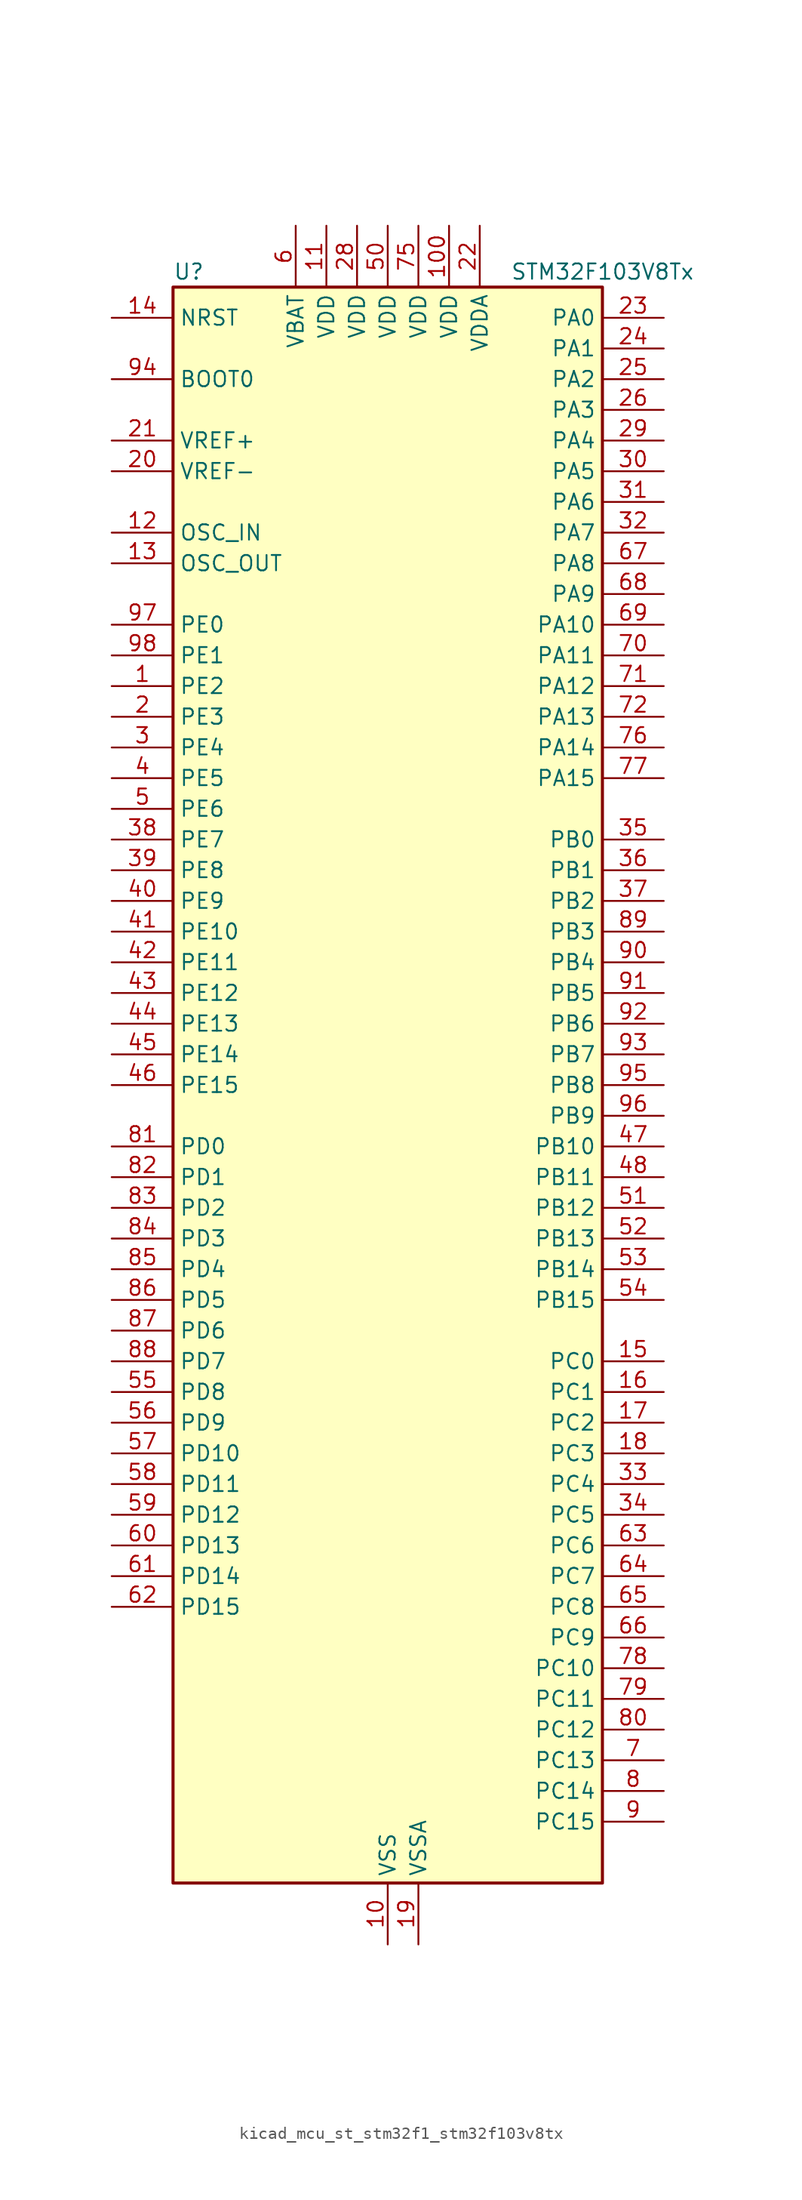
<source format=kicad_sym>
(kicad_symbol_lib
  (version 20220914)
  (generator kicad_symbol_editor)
  (symbol "kicad_mcu_st_stm32f1_stm32f103v8tx"
    (property "Reference" "U"
      (at -17.78 67.31 0)
      (effects (font (size 1.27 1.27)) (justify left)))
    (property "Value" "STM32F103V8Tx"
      (at 10.16 67.31 0)
      (effects (font (size 1.27 1.27)) (justify left)))
    (property "ki_locked" ""
      (at 0 0 0)
      (effects (font (size 1.27 1.27))))
    (symbol "kicad_mcu_st_stm32f1_stm32f103v8tx_0_1"
      (rectangle (start -17.78 -66.04) (end 17.78 66.04) (stroke (width 0.254) (type default)) (fill (type background))))
    (symbol "kicad_mcu_st_stm32f1_stm32f103v8tx_1_1"
      (pin bidirectional line (at -22.86 33.02 0) (length 5.08) (name "PE2" (effects (font (size 1.27 1.27)))) (number "1" (effects (font (size 1.27 1.27)))) (alternate "SYS_TRACECLK" bidirectional line))
      (pin power_in line (at 0 -71.12 90) (length 5.08) (name "VSS" (effects (font (size 1.27 1.27)))) (number "10" (effects (font (size 1.27 1.27)))))
      (pin power_in line (at 5.08 71.12 270) (length 5.08) (name "VDD" (effects (font (size 1.27 1.27)))) (number "100" (effects (font (size 1.27 1.27)))))
      (pin power_in line (at -5.08 71.12 270) (length 5.08) (name "VDD" (effects (font (size 1.27 1.27)))) (number "11" (effects (font (size 1.27 1.27)))))
      (pin input line (at -22.86 45.72 0) (length 5.08) (name "OSC_IN" (effects (font (size 1.27 1.27)))) (number "12" (effects (font (size 1.27 1.27)))) (alternate "RCC_OSC_IN" bidirectional line))
      (pin input line (at -22.86 43.18 0) (length 5.08) (name "OSC_OUT" (effects (font (size 1.27 1.27)))) (number "13" (effects (font (size 1.27 1.27)))) (alternate "RCC_OSC_OUT" bidirectional line))
      (pin input line (at -22.86 63.5 0) (length 5.08) (name "NRST" (effects (font (size 1.27 1.27)))) (number "14" (effects (font (size 1.27 1.27)))))
      (pin bidirectional line (at 22.86 -22.86 180) (length 5.08) (name "PC0" (effects (font (size 1.27 1.27)))) (number "15" (effects (font (size 1.27 1.27)))) (alternate "ADC1_IN10" bidirectional line) (alternate "ADC2_IN10" bidirectional line))
      (pin bidirectional line (at 22.86 -25.4 180) (length 5.08) (name "PC1" (effects (font (size 1.27 1.27)))) (number "16" (effects (font (size 1.27 1.27)))) (alternate "ADC1_IN11" bidirectional line) (alternate "ADC2_IN11" bidirectional line))
      (pin bidirectional line (at 22.86 -27.94 180) (length 5.08) (name "PC2" (effects (font (size 1.27 1.27)))) (number "17" (effects (font (size 1.27 1.27)))) (alternate "ADC1_IN12" bidirectional line) (alternate "ADC2_IN12" bidirectional line))
      (pin bidirectional line (at 22.86 -30.48 180) (length 5.08) (name "PC3" (effects (font (size 1.27 1.27)))) (number "18" (effects (font (size 1.27 1.27)))) (alternate "ADC1_IN13" bidirectional line) (alternate "ADC2_IN13" bidirectional line))
      (pin power_in line (at 2.54 -71.12 90) (length 5.08) (name "VSSA" (effects (font (size 1.27 1.27)))) (number "19" (effects (font (size 1.27 1.27)))))
      (pin bidirectional line (at -22.86 30.48 0) (length 5.08) (name "PE3" (effects (font (size 1.27 1.27)))) (number "2" (effects (font (size 1.27 1.27)))) (alternate "SYS_TRACED0" bidirectional line))
      (pin input line (at -22.86 50.8 0) (length 5.08) (name "VREF-" (effects (font (size 1.27 1.27)))) (number "20" (effects (font (size 1.27 1.27)))))
      (pin input line (at -22.86 53.34 0) (length 5.08) (name "VREF+" (effects (font (size 1.27 1.27)))) (number "21" (effects (font (size 1.27 1.27)))))
      (pin power_in line (at 7.62 71.12 270) (length 5.08) (name "VDDA" (effects (font (size 1.27 1.27)))) (number "22" (effects (font (size 1.27 1.27)))))
      (pin bidirectional line (at 22.86 63.5 180) (length 5.08) (name "PA0" (effects (font (size 1.27 1.27)))) (number "23" (effects (font (size 1.27 1.27)))) (alternate "ADC1_IN0" bidirectional line) (alternate "ADC2_IN0" bidirectional line) (alternate "SYS_WKUP" bidirectional line) (alternate "TIM2_CH1" bidirectional line) (alternate "TIM2_ETR" bidirectional line) (alternate "USART2_CTS" bidirectional line))
      (pin bidirectional line (at 22.86 60.96 180) (length 5.08) (name "PA1" (effects (font (size 1.27 1.27)))) (number "24" (effects (font (size 1.27 1.27)))) (alternate "ADC1_IN1" bidirectional line) (alternate "ADC2_IN1" bidirectional line) (alternate "TIM2_CH2" bidirectional line) (alternate "USART2_RTS" bidirectional line))
      (pin bidirectional line (at 22.86 58.42 180) (length 5.08) (name "PA2" (effects (font (size 1.27 1.27)))) (number "25" (effects (font (size 1.27 1.27)))) (alternate "ADC1_IN2" bidirectional line) (alternate "ADC2_IN2" bidirectional line) (alternate "TIM2_CH3" bidirectional line) (alternate "USART2_TX" bidirectional line))
      (pin bidirectional line (at 22.86 55.88 180) (length 5.08) (name "PA3" (effects (font (size 1.27 1.27)))) (number "26" (effects (font (size 1.27 1.27)))) (alternate "ADC1_IN3" bidirectional line) (alternate "ADC2_IN3" bidirectional line) (alternate "TIM2_CH4" bidirectional line) (alternate "USART2_RX" bidirectional line))
      (pin passive line (at 0 -71.12 90) (length 5.08) hide (name "VSS" (effects (font (size 1.27 1.27)))) (number "27" (effects (font (size 1.27 1.27)))))
      (pin power_in line (at -2.54 71.12 270) (length 5.08) (name "VDD" (effects (font (size 1.27 1.27)))) (number "28" (effects (font (size 1.27 1.27)))))
      (pin bidirectional line (at 22.86 53.34 180) (length 5.08) (name "PA4" (effects (font (size 1.27 1.27)))) (number "29" (effects (font (size 1.27 1.27)))) (alternate "ADC1_IN4" bidirectional line) (alternate "ADC2_IN4" bidirectional line) (alternate "SPI1_NSS" bidirectional line) (alternate "USART2_CK" bidirectional line))
      (pin bidirectional line (at -22.86 27.94 0) (length 5.08) (name "PE4" (effects (font (size 1.27 1.27)))) (number "3" (effects (font (size 1.27 1.27)))) (alternate "SYS_TRACED1" bidirectional line))
      (pin bidirectional line (at 22.86 50.8 180) (length 5.08) (name "PA5" (effects (font (size 1.27 1.27)))) (number "30" (effects (font (size 1.27 1.27)))) (alternate "ADC1_IN5" bidirectional line) (alternate "ADC2_IN5" bidirectional line) (alternate "SPI1_SCK" bidirectional line))
      (pin bidirectional line (at 22.86 48.26 180) (length 5.08) (name "PA6" (effects (font (size 1.27 1.27)))) (number "31" (effects (font (size 1.27 1.27)))) (alternate "ADC1_IN6" bidirectional line) (alternate "ADC2_IN6" bidirectional line) (alternate "SPI1_MISO" bidirectional line) (alternate "TIM1_BKIN" bidirectional line) (alternate "TIM3_CH1" bidirectional line))
      (pin bidirectional line (at 22.86 45.72 180) (length 5.08) (name "PA7" (effects (font (size 1.27 1.27)))) (number "32" (effects (font (size 1.27 1.27)))) (alternate "ADC1_IN7" bidirectional line) (alternate "ADC2_IN7" bidirectional line) (alternate "SPI1_MOSI" bidirectional line) (alternate "TIM1_CH1N" bidirectional line) (alternate "TIM3_CH2" bidirectional line))
      (pin bidirectional line (at 22.86 -33.02 180) (length 5.08) (name "PC4" (effects (font (size 1.27 1.27)))) (number "33" (effects (font (size 1.27 1.27)))) (alternate "ADC1_IN14" bidirectional line) (alternate "ADC2_IN14" bidirectional line))
      (pin bidirectional line (at 22.86 -35.56 180) (length 5.08) (name "PC5" (effects (font (size 1.27 1.27)))) (number "34" (effects (font (size 1.27 1.27)))) (alternate "ADC1_IN15" bidirectional line) (alternate "ADC2_IN15" bidirectional line))
      (pin bidirectional line (at 22.86 20.32 180) (length 5.08) (name "PB0" (effects (font (size 1.27 1.27)))) (number "35" (effects (font (size 1.27 1.27)))) (alternate "ADC1_IN8" bidirectional line) (alternate "ADC2_IN8" bidirectional line) (alternate "TIM1_CH2N" bidirectional line) (alternate "TIM3_CH3" bidirectional line))
      (pin bidirectional line (at 22.86 17.78 180) (length 5.08) (name "PB1" (effects (font (size 1.27 1.27)))) (number "36" (effects (font (size 1.27 1.27)))) (alternate "ADC1_IN9" bidirectional line) (alternate "ADC2_IN9" bidirectional line) (alternate "TIM1_CH3N" bidirectional line) (alternate "TIM3_CH4" bidirectional line))
      (pin bidirectional line (at 22.86 15.24 180) (length 5.08) (name "PB2" (effects (font (size 1.27 1.27)))) (number "37" (effects (font (size 1.27 1.27)))))
      (pin bidirectional line (at -22.86 20.32 0) (length 5.08) (name "PE7" (effects (font (size 1.27 1.27)))) (number "38" (effects (font (size 1.27 1.27)))) (alternate "TIM1_ETR" bidirectional line))
      (pin bidirectional line (at -22.86 17.78 0) (length 5.08) (name "PE8" (effects (font (size 1.27 1.27)))) (number "39" (effects (font (size 1.27 1.27)))) (alternate "TIM1_CH1N" bidirectional line))
      (pin bidirectional line (at -22.86 25.4 0) (length 5.08) (name "PE5" (effects (font (size 1.27 1.27)))) (number "4" (effects (font (size 1.27 1.27)))) (alternate "SYS_TRACED2" bidirectional line))
      (pin bidirectional line (at -22.86 15.24 0) (length 5.08) (name "PE9" (effects (font (size 1.27 1.27)))) (number "40" (effects (font (size 1.27 1.27)))) (alternate "TIM1_CH1" bidirectional line))
      (pin bidirectional line (at -22.86 12.7 0) (length 5.08) (name "PE10" (effects (font (size 1.27 1.27)))) (number "41" (effects (font (size 1.27 1.27)))) (alternate "TIM1_CH2N" bidirectional line))
      (pin bidirectional line (at -22.86 10.16 0) (length 5.08) (name "PE11" (effects (font (size 1.27 1.27)))) (number "42" (effects (font (size 1.27 1.27)))) (alternate "ADC1_EXTI11" bidirectional line) (alternate "ADC2_EXTI11" bidirectional line) (alternate "TIM1_CH2" bidirectional line))
      (pin bidirectional line (at -22.86 7.62 0) (length 5.08) (name "PE12" (effects (font (size 1.27 1.27)))) (number "43" (effects (font (size 1.27 1.27)))) (alternate "TIM1_CH3N" bidirectional line))
      (pin bidirectional line (at -22.86 5.08 0) (length 5.08) (name "PE13" (effects (font (size 1.27 1.27)))) (number "44" (effects (font (size 1.27 1.27)))) (alternate "TIM1_CH3" bidirectional line))
      (pin bidirectional line (at -22.86 2.54 0) (length 5.08) (name "PE14" (effects (font (size 1.27 1.27)))) (number "45" (effects (font (size 1.27 1.27)))) (alternate "TIM1_CH4" bidirectional line))
      (pin bidirectional line (at -22.86 0 0) (length 5.08) (name "PE15" (effects (font (size 1.27 1.27)))) (number "46" (effects (font (size 1.27 1.27)))) (alternate "ADC1_EXTI15" bidirectional line) (alternate "ADC2_EXTI15" bidirectional line) (alternate "TIM1_BKIN" bidirectional line))
      (pin bidirectional line (at 22.86 -5.08 180) (length 5.08) (name "PB10" (effects (font (size 1.27 1.27)))) (number "47" (effects (font (size 1.27 1.27)))) (alternate "I2C2_SCL" bidirectional line) (alternate "TIM2_CH3" bidirectional line) (alternate "USART3_TX" bidirectional line))
      (pin bidirectional line (at 22.86 -7.62 180) (length 5.08) (name "PB11" (effects (font (size 1.27 1.27)))) (number "48" (effects (font (size 1.27 1.27)))) (alternate "ADC1_EXTI11" bidirectional line) (alternate "ADC2_EXTI11" bidirectional line) (alternate "I2C2_SDA" bidirectional line) (alternate "TIM2_CH4" bidirectional line) (alternate "USART3_RX" bidirectional line))
      (pin passive line (at 0 -71.12 90) (length 5.08) hide (name "VSS" (effects (font (size 1.27 1.27)))) (number "49" (effects (font (size 1.27 1.27)))))
      (pin bidirectional line (at -22.86 22.86 0) (length 5.08) (name "PE6" (effects (font (size 1.27 1.27)))) (number "5" (effects (font (size 1.27 1.27)))) (alternate "SYS_TRACED3" bidirectional line))
      (pin power_in line (at 0 71.12 270) (length 5.08) (name "VDD" (effects (font (size 1.27 1.27)))) (number "50" (effects (font (size 1.27 1.27)))))
      (pin bidirectional line (at 22.86 -10.16 180) (length 5.08) (name "PB12" (effects (font (size 1.27 1.27)))) (number "51" (effects (font (size 1.27 1.27)))) (alternate "I2C2_SMBA" bidirectional line) (alternate "SPI2_NSS" bidirectional line) (alternate "TIM1_BKIN" bidirectional line) (alternate "USART3_CK" bidirectional line))
      (pin bidirectional line (at 22.86 -12.7 180) (length 5.08) (name "PB13" (effects (font (size 1.27 1.27)))) (number "52" (effects (font (size 1.27 1.27)))) (alternate "SPI2_SCK" bidirectional line) (alternate "TIM1_CH1N" bidirectional line) (alternate "USART3_CTS" bidirectional line))
      (pin bidirectional line (at 22.86 -15.24 180) (length 5.08) (name "PB14" (effects (font (size 1.27 1.27)))) (number "53" (effects (font (size 1.27 1.27)))) (alternate "SPI2_MISO" bidirectional line) (alternate "TIM1_CH2N" bidirectional line) (alternate "USART3_RTS" bidirectional line))
      (pin bidirectional line (at 22.86 -17.78 180) (length 5.08) (name "PB15" (effects (font (size 1.27 1.27)))) (number "54" (effects (font (size 1.27 1.27)))) (alternate "ADC1_EXTI15" bidirectional line) (alternate "ADC2_EXTI15" bidirectional line) (alternate "SPI2_MOSI" bidirectional line) (alternate "TIM1_CH3N" bidirectional line))
      (pin bidirectional line (at -22.86 -25.4 0) (length 5.08) (name "PD8" (effects (font (size 1.27 1.27)))) (number "55" (effects (font (size 1.27 1.27)))) (alternate "USART3_TX" bidirectional line))
      (pin bidirectional line (at -22.86 -27.94 0) (length 5.08) (name "PD9" (effects (font (size 1.27 1.27)))) (number "56" (effects (font (size 1.27 1.27)))) (alternate "USART3_RX" bidirectional line))
      (pin bidirectional line (at -22.86 -30.48 0) (length 5.08) (name "PD10" (effects (font (size 1.27 1.27)))) (number "57" (effects (font (size 1.27 1.27)))) (alternate "USART3_CK" bidirectional line))
      (pin bidirectional line (at -22.86 -33.02 0) (length 5.08) (name "PD11" (effects (font (size 1.27 1.27)))) (number "58" (effects (font (size 1.27 1.27)))) (alternate "ADC1_EXTI11" bidirectional line) (alternate "ADC2_EXTI11" bidirectional line) (alternate "USART3_CTS" bidirectional line))
      (pin bidirectional line (at -22.86 -35.56 0) (length 5.08) (name "PD12" (effects (font (size 1.27 1.27)))) (number "59" (effects (font (size 1.27 1.27)))) (alternate "TIM4_CH1" bidirectional line) (alternate "USART3_RTS" bidirectional line))
      (pin power_in line (at -7.62 71.12 270) (length 5.08) (name "VBAT" (effects (font (size 1.27 1.27)))) (number "6" (effects (font (size 1.27 1.27)))))
      (pin bidirectional line (at -22.86 -38.1 0) (length 5.08) (name "PD13" (effects (font (size 1.27 1.27)))) (number "60" (effects (font (size 1.27 1.27)))) (alternate "TIM4_CH2" bidirectional line))
      (pin bidirectional line (at -22.86 -40.64 0) (length 5.08) (name "PD14" (effects (font (size 1.27 1.27)))) (number "61" (effects (font (size 1.27 1.27)))) (alternate "TIM4_CH3" bidirectional line))
      (pin bidirectional line (at -22.86 -43.18 0) (length 5.08) (name "PD15" (effects (font (size 1.27 1.27)))) (number "62" (effects (font (size 1.27 1.27)))) (alternate "ADC1_EXTI15" bidirectional line) (alternate "ADC2_EXTI15" bidirectional line) (alternate "TIM4_CH4" bidirectional line))
      (pin bidirectional line (at 22.86 -38.1 180) (length 5.08) (name "PC6" (effects (font (size 1.27 1.27)))) (number "63" (effects (font (size 1.27 1.27)))) (alternate "TIM3_CH1" bidirectional line))
      (pin bidirectional line (at 22.86 -40.64 180) (length 5.08) (name "PC7" (effects (font (size 1.27 1.27)))) (number "64" (effects (font (size 1.27 1.27)))) (alternate "TIM3_CH2" bidirectional line))
      (pin bidirectional line (at 22.86 -43.18 180) (length 5.08) (name "PC8" (effects (font (size 1.27 1.27)))) (number "65" (effects (font (size 1.27 1.27)))) (alternate "TIM3_CH3" bidirectional line))
      (pin bidirectional line (at 22.86 -45.72 180) (length 5.08) (name "PC9" (effects (font (size 1.27 1.27)))) (number "66" (effects (font (size 1.27 1.27)))) (alternate "TIM3_CH4" bidirectional line))
      (pin bidirectional line (at 22.86 43.18 180) (length 5.08) (name "PA8" (effects (font (size 1.27 1.27)))) (number "67" (effects (font (size 1.27 1.27)))) (alternate "RCC_MCO" bidirectional line) (alternate "TIM1_CH1" bidirectional line) (alternate "USART1_CK" bidirectional line))
      (pin bidirectional line (at 22.86 40.64 180) (length 5.08) (name "PA9" (effects (font (size 1.27 1.27)))) (number "68" (effects (font (size 1.27 1.27)))) (alternate "TIM1_CH2" bidirectional line) (alternate "USART1_TX" bidirectional line))
      (pin bidirectional line (at 22.86 38.1 180) (length 5.08) (name "PA10" (effects (font (size 1.27 1.27)))) (number "69" (effects (font (size 1.27 1.27)))) (alternate "TIM1_CH3" bidirectional line) (alternate "USART1_RX" bidirectional line))
      (pin bidirectional line (at 22.86 -55.88 180) (length 5.08) (name "PC13" (effects (font (size 1.27 1.27)))) (number "7" (effects (font (size 1.27 1.27)))) (alternate "RTC_OUT" bidirectional line) (alternate "RTC_TAMPER" bidirectional line))
      (pin bidirectional line (at 22.86 35.56 180) (length 5.08) (name "PA11" (effects (font (size 1.27 1.27)))) (number "70" (effects (font (size 1.27 1.27)))) (alternate "ADC1_EXTI11" bidirectional line) (alternate "ADC2_EXTI11" bidirectional line) (alternate "CAN_RX" bidirectional line) (alternate "TIM1_CH4" bidirectional line) (alternate "USART1_CTS" bidirectional line) (alternate "USB_DM" bidirectional line))
      (pin bidirectional line (at 22.86 33.02 180) (length 5.08) (name "PA12" (effects (font (size 1.27 1.27)))) (number "71" (effects (font (size 1.27 1.27)))) (alternate "CAN_TX" bidirectional line) (alternate "TIM1_ETR" bidirectional line) (alternate "USART1_RTS" bidirectional line) (alternate "USB_DP" bidirectional line))
      (pin bidirectional line (at 22.86 30.48 180) (length 5.08) (name "PA13" (effects (font (size 1.27 1.27)))) (number "72" (effects (font (size 1.27 1.27)))) (alternate "SYS_JTMS-SWDIO" bidirectional line))
      (pin no_connect line (at -17.78 -66.04 0) (length 5.08) hide (name "NC" (effects (font (size 1.27 1.27)))) (number "73" (effects (font (size 1.27 1.27)))))
      (pin passive line (at 0 -71.12 90) (length 5.08) hide (name "VSS" (effects (font (size 1.27 1.27)))) (number "74" (effects (font (size 1.27 1.27)))))
      (pin power_in line (at 2.54 71.12 270) (length 5.08) (name "VDD" (effects (font (size 1.27 1.27)))) (number "75" (effects (font (size 1.27 1.27)))))
      (pin bidirectional line (at 22.86 27.94 180) (length 5.08) (name "PA14" (effects (font (size 1.27 1.27)))) (number "76" (effects (font (size 1.27 1.27)))) (alternate "SYS_JTCK-SWCLK" bidirectional line))
      (pin bidirectional line (at 22.86 25.4 180) (length 5.08) (name "PA15" (effects (font (size 1.27 1.27)))) (number "77" (effects (font (size 1.27 1.27)))) (alternate "ADC1_EXTI15" bidirectional line) (alternate "ADC2_EXTI15" bidirectional line) (alternate "SPI1_NSS" bidirectional line) (alternate "SYS_JTDI" bidirectional line) (alternate "TIM2_CH1" bidirectional line) (alternate "TIM2_ETR" bidirectional line))
      (pin bidirectional line (at 22.86 -48.26 180) (length 5.08) (name "PC10" (effects (font (size 1.27 1.27)))) (number "78" (effects (font (size 1.27 1.27)))) (alternate "USART3_TX" bidirectional line))
      (pin bidirectional line (at 22.86 -50.8 180) (length 5.08) (name "PC11" (effects (font (size 1.27 1.27)))) (number "79" (effects (font (size 1.27 1.27)))) (alternate "ADC1_EXTI11" bidirectional line) (alternate "ADC2_EXTI11" bidirectional line) (alternate "USART3_RX" bidirectional line))
      (pin bidirectional line (at 22.86 -58.42 180) (length 5.08) (name "PC14" (effects (font (size 1.27 1.27)))) (number "8" (effects (font (size 1.27 1.27)))) (alternate "RCC_OSC32_IN" bidirectional line))
      (pin bidirectional line (at 22.86 -53.34 180) (length 5.08) (name "PC12" (effects (font (size 1.27 1.27)))) (number "80" (effects (font (size 1.27 1.27)))) (alternate "USART3_CK" bidirectional line))
      (pin bidirectional line (at -22.86 -5.08 0) (length 5.08) (name "PD0" (effects (font (size 1.27 1.27)))) (number "81" (effects (font (size 1.27 1.27)))) (alternate "CAN_RX" bidirectional line))
      (pin bidirectional line (at -22.86 -7.62 0) (length 5.08) (name "PD1" (effects (font (size 1.27 1.27)))) (number "82" (effects (font (size 1.27 1.27)))) (alternate "CAN_TX" bidirectional line))
      (pin bidirectional line (at -22.86 -10.16 0) (length 5.08) (name "PD2" (effects (font (size 1.27 1.27)))) (number "83" (effects (font (size 1.27 1.27)))) (alternate "TIM3_ETR" bidirectional line))
      (pin bidirectional line (at -22.86 -12.7 0) (length 5.08) (name "PD3" (effects (font (size 1.27 1.27)))) (number "84" (effects (font (size 1.27 1.27)))) (alternate "USART2_CTS" bidirectional line))
      (pin bidirectional line (at -22.86 -15.24 0) (length 5.08) (name "PD4" (effects (font (size 1.27 1.27)))) (number "85" (effects (font (size 1.27 1.27)))) (alternate "USART2_RTS" bidirectional line))
      (pin bidirectional line (at -22.86 -17.78 0) (length 5.08) (name "PD5" (effects (font (size 1.27 1.27)))) (number "86" (effects (font (size 1.27 1.27)))) (alternate "USART2_TX" bidirectional line))
      (pin bidirectional line (at -22.86 -20.32 0) (length 5.08) (name "PD6" (effects (font (size 1.27 1.27)))) (number "87" (effects (font (size 1.27 1.27)))) (alternate "USART2_RX" bidirectional line))
      (pin bidirectional line (at -22.86 -22.86 0) (length 5.08) (name "PD7" (effects (font (size 1.27 1.27)))) (number "88" (effects (font (size 1.27 1.27)))) (alternate "USART2_CK" bidirectional line))
      (pin bidirectional line (at 22.86 12.7 180) (length 5.08) (name "PB3" (effects (font (size 1.27 1.27)))) (number "89" (effects (font (size 1.27 1.27)))) (alternate "SPI1_SCK" bidirectional line) (alternate "SYS_JTDO-TRACESWO" bidirectional line) (alternate "TIM2_CH2" bidirectional line))
      (pin bidirectional line (at 22.86 -60.96 180) (length 5.08) (name "PC15" (effects (font (size 1.27 1.27)))) (number "9" (effects (font (size 1.27 1.27)))) (alternate "ADC1_EXTI15" bidirectional line) (alternate "ADC2_EXTI15" bidirectional line) (alternate "RCC_OSC32_OUT" bidirectional line))
      (pin bidirectional line (at 22.86 10.16 180) (length 5.08) (name "PB4" (effects (font (size 1.27 1.27)))) (number "90" (effects (font (size 1.27 1.27)))) (alternate "SPI1_MISO" bidirectional line) (alternate "SYS_NJTRST" bidirectional line) (alternate "TIM3_CH1" bidirectional line))
      (pin bidirectional line (at 22.86 7.62 180) (length 5.08) (name "PB5" (effects (font (size 1.27 1.27)))) (number "91" (effects (font (size 1.27 1.27)))) (alternate "I2C1_SMBA" bidirectional line) (alternate "SPI1_MOSI" bidirectional line) (alternate "TIM3_CH2" bidirectional line))
      (pin bidirectional line (at 22.86 5.08 180) (length 5.08) (name "PB6" (effects (font (size 1.27 1.27)))) (number "92" (effects (font (size 1.27 1.27)))) (alternate "I2C1_SCL" bidirectional line) (alternate "TIM4_CH1" bidirectional line) (alternate "USART1_TX" bidirectional line))
      (pin bidirectional line (at 22.86 2.54 180) (length 5.08) (name "PB7" (effects (font (size 1.27 1.27)))) (number "93" (effects (font (size 1.27 1.27)))) (alternate "I2C1_SDA" bidirectional line) (alternate "TIM4_CH2" bidirectional line) (alternate "USART1_RX" bidirectional line))
      (pin input line (at -22.86 58.42 0) (length 5.08) (name "BOOT0" (effects (font (size 1.27 1.27)))) (number "94" (effects (font (size 1.27 1.27)))))
      (pin bidirectional line (at 22.86 0 180) (length 5.08) (name "PB8" (effects (font (size 1.27 1.27)))) (number "95" (effects (font (size 1.27 1.27)))) (alternate "CAN_RX" bidirectional line) (alternate "I2C1_SCL" bidirectional line) (alternate "TIM4_CH3" bidirectional line))
      (pin bidirectional line (at 22.86 -2.54 180) (length 5.08) (name "PB9" (effects (font (size 1.27 1.27)))) (number "96" (effects (font (size 1.27 1.27)))) (alternate "CAN_TX" bidirectional line) (alternate "I2C1_SDA" bidirectional line) (alternate "TIM4_CH4" bidirectional line))
      (pin bidirectional line (at -22.86 38.1 0) (length 5.08) (name "PE0" (effects (font (size 1.27 1.27)))) (number "97" (effects (font (size 1.27 1.27)))) (alternate "TIM4_ETR" bidirectional line))
      (pin bidirectional line (at -22.86 35.56 0) (length 5.08) (name "PE1" (effects (font (size 1.27 1.27)))) (number "98" (effects (font (size 1.27 1.27)))))
      (pin passive line (at 0 -71.12 90) (length 5.08) hide (name "VSS" (effects (font (size 1.27 1.27)))) (number "99" (effects (font (size 1.27 1.27))))))))
</source>
